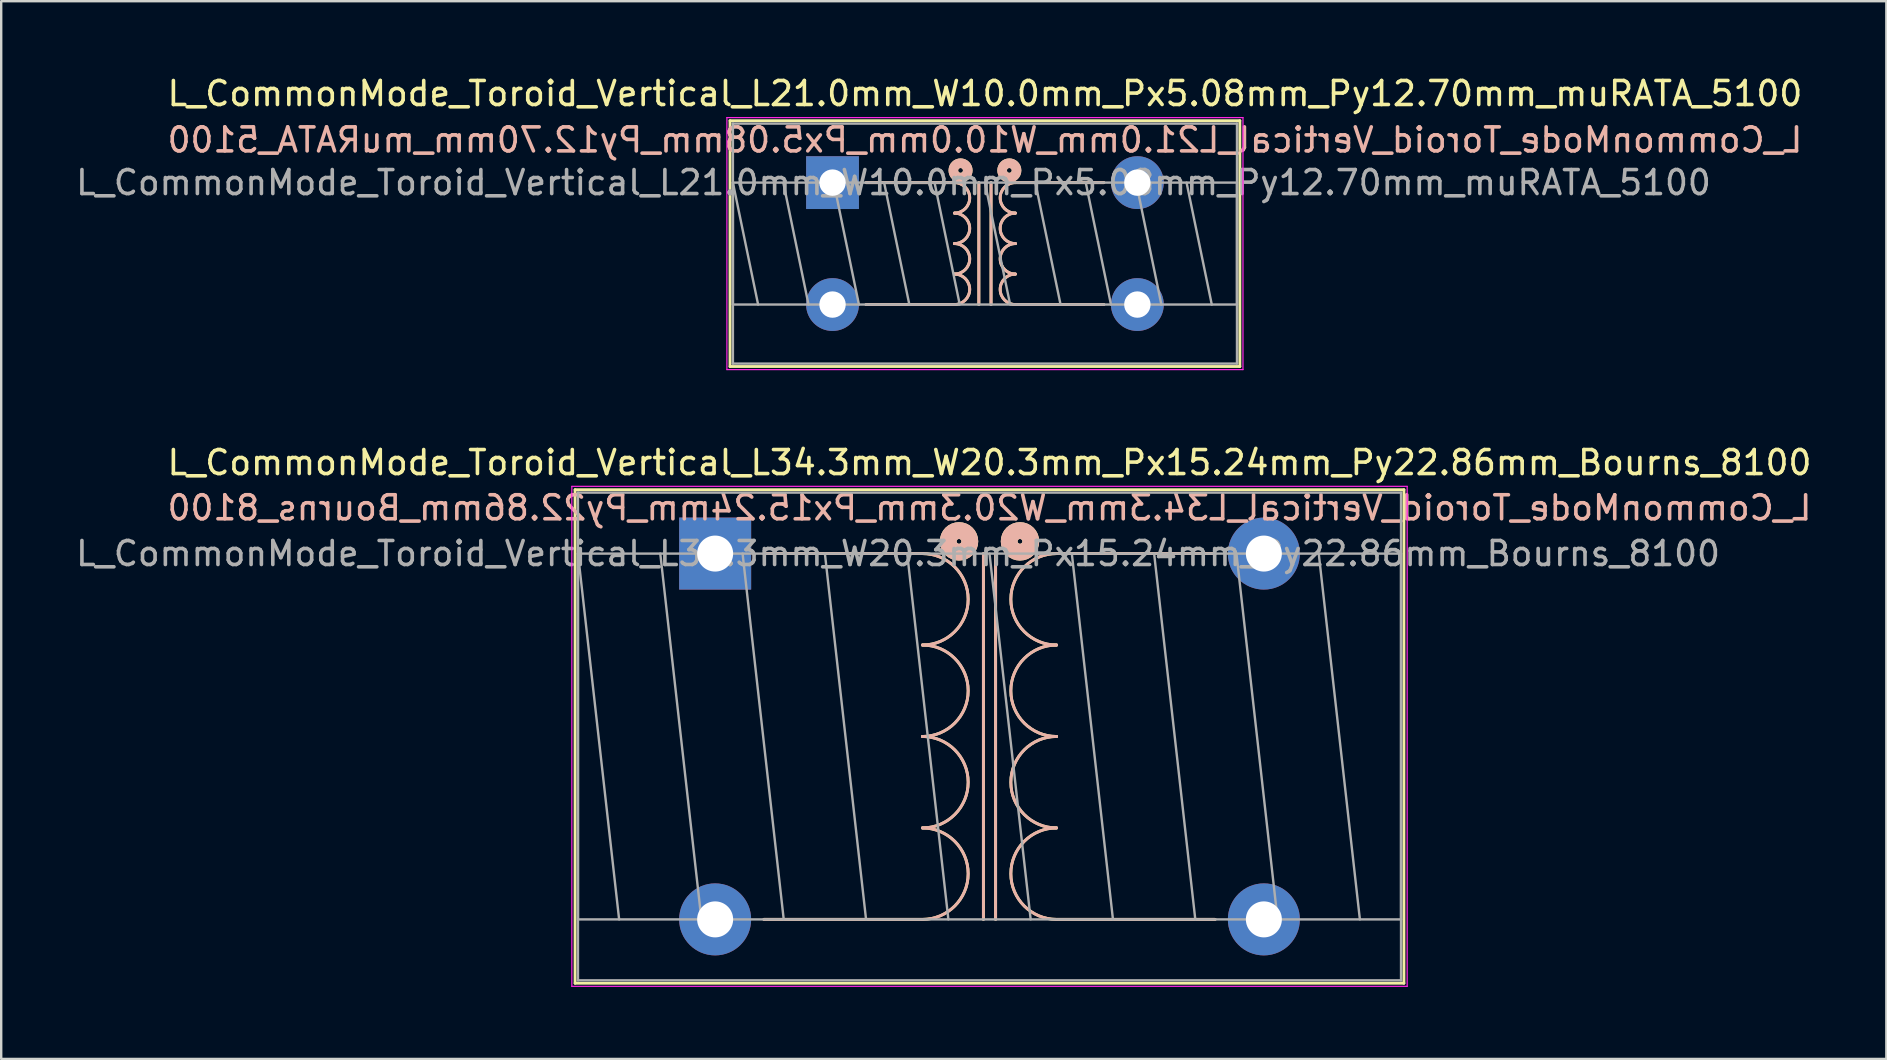
<source format=kicad_pcb>
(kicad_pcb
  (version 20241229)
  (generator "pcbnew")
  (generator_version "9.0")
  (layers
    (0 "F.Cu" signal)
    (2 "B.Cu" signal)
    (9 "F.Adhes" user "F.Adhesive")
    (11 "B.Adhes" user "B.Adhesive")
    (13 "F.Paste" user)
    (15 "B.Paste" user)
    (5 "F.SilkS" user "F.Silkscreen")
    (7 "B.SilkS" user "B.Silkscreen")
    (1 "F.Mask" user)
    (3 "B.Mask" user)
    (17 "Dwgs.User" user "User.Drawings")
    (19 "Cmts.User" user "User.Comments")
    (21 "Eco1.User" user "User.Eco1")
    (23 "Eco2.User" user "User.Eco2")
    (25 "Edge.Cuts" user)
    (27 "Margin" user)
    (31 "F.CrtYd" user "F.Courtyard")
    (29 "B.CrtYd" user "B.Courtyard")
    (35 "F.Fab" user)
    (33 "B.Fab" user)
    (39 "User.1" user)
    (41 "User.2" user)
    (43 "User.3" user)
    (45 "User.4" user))
  (footprint "L_CommonMode_Toroid_Vertical_L21.0mm_W10.0mm_Px5.08mm_Py12.70mm_muRATA_5100"
    (layer "F.Cu")
    (at 31.633 4.558)
    (property "Reference" "L_CommonMode_Toroid_Vertical_L21.0mm_W10.0mm_Px5.08mm_Py12.70mm_muRATA_5100" (at 6.35 -3.71 0) (layer "F.SilkS") (effects (font (size 1 1) (thickness 0.15))))
    (fp_line (start -4.27 -2.58) (end -4.27 7.66) (stroke (width 0.12) (type solid)) (layer "F.SilkS"))
    (fp_line (start -4.27 -2.58) (end 16.97 -2.58) (stroke (width 0.12) (type solid)) (layer "F.SilkS"))
    (fp_line (start -4.27 7.66) (end 16.97 7.66) (stroke (width 0.12) (type solid)) (layer "F.SilkS"))
    (fp_line (start 1.397 5.08) (end 5.08 5.08) (stroke (width 0.12) (type solid)) (layer "F.SilkS"))
    (fp_line (start 5.08 0) (end 1.397 0) (stroke (width 0.12) (type solid)) (layer "F.SilkS"))
    (fp_line (start 6.096 0) (end 6.096 5.08) (stroke (width 0.12) (type solid)) (layer "F.SilkS"))
    (fp_line (start 6.604 5.08) (end 6.604 0) (stroke (width 0.12) (type solid)) (layer "F.SilkS"))
    (fp_line (start 11.303 0) (end 7.62 0) (stroke (width 0.12) (type solid)) (layer "F.SilkS"))
    (fp_line (start 11.303 5.08) (end 7.62 5.08) (stroke (width 0.12) (type solid)) (layer "F.SilkS"))
    (fp_line (start 16.97 -2.58) (end 16.97 7.66) (stroke (width 0.12) (type solid)) (layer "F.SilkS"))
    (fp_arc (start 5.08 0) (mid 5.715 0.635) (end 5.08 1.27) (stroke (width 0.12) (type solid)) (layer "F.SilkS"))
    (fp_arc (start 5.08 1.27) (mid 5.715 1.905) (end 5.08 2.54) (stroke (width 0.12) (type solid)) (layer "F.SilkS"))
    (fp_arc (start 5.08 2.54) (mid 5.715 3.175) (end 5.08 3.81) (stroke (width 0.12) (type solid)) (layer "F.SilkS"))
    (fp_arc (start 5.08 3.81) (mid 5.715 4.445) (end 5.08 5.08) (stroke (width 0.12) (type solid)) (layer "F.SilkS"))
    (fp_arc (start 7.62 1.27) (mid 6.985 0.635) (end 7.62 0) (stroke (width 0.12) (type solid)) (layer "F.SilkS"))
    (fp_arc (start 7.62 2.54) (mid 6.985 1.905) (end 7.62 1.27) (stroke (width 0.12) (type solid)) (layer "F.SilkS"))
    (fp_arc (start 7.62 3.81) (mid 6.985 3.175) (end 7.62 2.54) (stroke (width 0.12) (type solid)) (layer "F.SilkS"))
    (fp_arc (start 7.62 5.08) (mid 6.985 4.445) (end 7.62 3.81) (stroke (width 0.12) (type solid)) (layer "F.SilkS"))
    (fp_circle (center 5.334 -0.508) (end 5.434 -0.508) (stroke (width 0.4) (type solid)) (fill no) (layer "F.SilkS"))
    (fp_circle (center 7.366 -0.508) (end 7.466 -0.508) (stroke (width 0.4) (type solid)) (fill no) (layer "F.SilkS"))
    (fp_line (start 1.397 0) (end 5.08 0) (stroke (width 0.12) (type solid)) (layer "B.SilkS"))
    (fp_line (start 1.397 5.08) (end 5.08 5.08) (stroke (width 0.12) (type solid)) (layer "B.SilkS"))
    (fp_line (start 6.096 5.08) (end 6.096 0) (stroke (width 0.12) (type solid)) (layer "B.SilkS"))
    (fp_line (start 6.604 0) (end 6.604 5.08) (stroke (width 0.12) (type solid)) (layer "B.SilkS"))
    (fp_line (start 7.62 0) (end 11.303 0) (stroke (width 0.12) (type solid)) (layer "B.SilkS"))
    (fp_line (start 11.303 5.08) (end 7.62 5.08) (stroke (width 0.12) (type solid)) (layer "B.SilkS"))
    (fp_arc (start 5.08 0) (mid 5.715 0.635) (end 5.08 1.27) (stroke (width 0.12) (type solid)) (layer "B.SilkS"))
    (fp_arc (start 5.08 1.27) (mid 5.715 1.905) (end 5.08 2.54) (stroke (width 0.12) (type solid)) (layer "B.SilkS"))
    (fp_arc (start 5.08 2.54) (mid 5.715 3.175) (end 5.08 3.81) (stroke (width 0.12) (type solid)) (layer "B.SilkS"))
    (fp_arc (start 5.08 3.81) (mid 5.715 4.445) (end 5.08 5.08) (stroke (width 0.12) (type solid)) (layer "B.SilkS"))
    (fp_arc (start 7.62 1.27) (mid 6.985 0.635) (end 7.62 0) (stroke (width 0.12) (type solid)) (layer "B.SilkS"))
    (fp_arc (start 7.62 2.54) (mid 6.985 1.905) (end 7.62 1.27) (stroke (width 0.12) (type solid)) (layer "B.SilkS"))
    (fp_arc (start 7.62 3.81) (mid 6.985 3.175) (end 7.62 2.54) (stroke (width 0.12) (type solid)) (layer "B.SilkS"))
    (fp_arc (start 7.62 5.08) (mid 6.985 4.445) (end 7.62 3.81) (stroke (width 0.12) (type solid)) (layer "B.SilkS"))
    (fp_circle (center 5.334 -0.508) (end 5.234 -0.508) (stroke (width 0.4) (type solid)) (fill no) (layer "B.SilkS"))
    (fp_circle (center 7.366 -0.508) (end 7.266 -0.508) (stroke (width 0.4) (type solid)) (fill no) (layer "B.SilkS"))
    (fp_line (start -4.4 -2.71) (end -4.4 7.79) (stroke (width 0.05) (type solid)) (layer "F.CrtYd"))
    (fp_line (start -4.4 7.79) (end 17.1 7.79) (stroke (width 0.05) (type solid)) (layer "F.CrtYd"))
    (fp_line (start 17.1 -2.71) (end -4.4 -2.71) (stroke (width 0.05) (type solid)) (layer "F.CrtYd"))
    (fp_line (start 17.1 7.79) (end 17.1 -2.71) (stroke (width 0.05) (type solid)) (layer "F.CrtYd"))
    (fp_line (start -4.15 -2.46) (end -4.15 7.54) (stroke (width 0.1) (type solid)) (layer "F.Fab"))
    (fp_line (start -4.15 0) (end -4.15 5.08) (stroke (width 0.1) (type solid)) (layer "F.Fab"))
    (fp_line (start -4.15 0) (end -3.1 5.08) (stroke (width 0.1) (type solid)) (layer "F.Fab"))
    (fp_line (start -4.15 5.08) (end 16.85 5.08) (stroke (width 0.1) (type solid)) (layer "F.Fab"))
    (fp_line (start -4.15 7.54) (end 16.85 7.54) (stroke (width 0.1) (type solid)) (layer "F.Fab"))
    (fp_line (start -2.05 0) (end -1 5.08) (stroke (width 0.1) (type solid)) (layer "F.Fab"))
    (fp_line (start 0.05 0) (end 1.1 5.08) (stroke (width 0.1) (type solid)) (layer "F.Fab"))
    (fp_line (start 2.15 0) (end 3.2 5.08) (stroke (width 0.1) (type solid)) (layer "F.Fab"))
    (fp_line (start 4.25 0) (end 5.3 5.08) (stroke (width 0.1) (type solid)) (layer "F.Fab"))
    (fp_line (start 6.35 0) (end 7.4 5.08) (stroke (width 0.1) (type solid)) (layer "F.Fab"))
    (fp_line (start 8.45 0) (end 9.5 5.08) (stroke (width 0.1) (type solid)) (layer "F.Fab"))
    (fp_line (start 10.55 0) (end 11.6 5.08) (stroke (width 0.1) (type solid)) (layer "F.Fab"))
    (fp_line (start 12.65 0) (end 13.7 5.08) (stroke (width 0.1) (type solid)) (layer "F.Fab"))
    (fp_line (start 14.75 0) (end 15.8 5.08) (stroke (width 0.1) (type solid)) (layer "F.Fab"))
    (fp_line (start 16.85 -2.46) (end -4.15 -2.46) (stroke (width 0.1) (type solid)) (layer "F.Fab"))
    (fp_line (start 16.85 0) (end -4.15 0) (stroke (width 0.1) (type solid)) (layer "F.Fab"))
    (fp_line (start 16.85 5.08) (end 16.85 0) (stroke (width 0.1) (type solid)) (layer "F.Fab"))
    (fp_line (start 16.85 7.54) (end 16.85 -2.46) (stroke (width 0.1) (type solid)) (layer "F.Fab"))
    (fp_text user "${REFERENCE}" (at 6.35 -1.778 0) (layer "B.SilkS") (effects (font (size 1 1) (thickness 0.15)) (justify mirror)))
    (fp_text user "${REFERENCE}" (at 2.54 0 0) (layer "F.Fab") (effects (font (size 1 1) (thickness 0.15))))
    (pad "1" thru_hole rect (at 0 0) (size 2.2 2.2) (drill 1.1) (layers "*.Cu" "*.Mask"))
    (pad "2" thru_hole circle (at 0 5.08) (size 2.2 2.2) (drill 1.1) (layers "*.Cu" "*.Mask"))
    (pad "3" thru_hole circle (at 12.7 5.08) (size 2.2 2.2) (drill 1.1) (layers "*.Cu" "*.Mask"))
    (pad "4" thru_hole circle (at 12.7 0) (size 2.2 2.2) (drill 1.1) (layers "*.Cu" "*.Mask")))
  (footprint "L_CommonMode_Toroid_Vertical_L34.3mm_W20.3mm_Px15.24mm_Py22.86mm_Bourns_8100"
    (layer "F.Cu")
    (at 26.743 20.012)
    (property "Reference" "L_CommonMode_Toroid_Vertical_L34.3mm_W20.3mm_Px15.24mm_Py22.86mm_Bourns_8100" (at 11.43 -3.79 0) (layer "F.SilkS") (effects (font (size 1 1) (thickness 0.15))))
    (fp_line (start -5.835 -2.66) (end -5.835 17.9) (stroke (width 0.12) (type solid)) (layer "F.SilkS"))
    (fp_line (start -5.835 -2.66) (end 28.695 -2.66) (stroke (width 0.12) (type solid)) (layer "F.SilkS"))
    (fp_line (start -5.835 17.9) (end 28.695 17.9) (stroke (width 0.12) (type solid)) (layer "F.SilkS"))
    (fp_line (start 2.032 0) (end 8.636 0) (stroke (width 0.12) (type solid)) (layer "F.SilkS"))
    (fp_line (start 2.032 15.24) (end 8.636 15.24) (stroke (width 0.12) (type solid)) (layer "F.SilkS"))
    (fp_line (start 11.176 0) (end 11.176 15.24) (stroke (width 0.12) (type solid)) (layer "F.SilkS"))
    (fp_line (start 11.684 15.24) (end 11.684 0) (stroke (width 0.12) (type solid)) (layer "F.SilkS"))
    (fp_line (start 20.828 0) (end 14.224 0) (stroke (width 0.12) (type solid)) (layer "F.SilkS"))
    (fp_line (start 20.828 15.24) (end 14.224 15.24) (stroke (width 0.12) (type solid)) (layer "F.SilkS"))
    (fp_line (start 28.695 -2.66) (end 28.695 17.9) (stroke (width 0.12) (type solid)) (layer "F.SilkS"))
    (fp_arc (start 8.636 0) (mid 10.541 1.905) (end 8.636 3.81) (stroke (width 0.12) (type solid)) (layer "F.SilkS"))
    (fp_arc (start 8.636 3.81) (mid 10.541 5.715) (end 8.636 7.62) (stroke (width 0.12) (type solid)) (layer "F.SilkS"))
    (fp_arc (start 8.636 7.62) (mid 10.541 9.525) (end 8.636 11.43) (stroke (width 0.12) (type solid)) (layer "F.SilkS"))
    (fp_arc (start 8.636 11.43) (mid 10.541 13.335) (end 8.636 15.24) (stroke (width 0.12) (type solid)) (layer "F.SilkS"))
    (fp_arc (start 14.224 3.81) (mid 12.319 1.905) (end 14.224 0) (stroke (width 0.12) (type solid)) (layer "F.SilkS"))
    (fp_arc (start 14.224 7.62) (mid 12.319 5.715) (end 14.224 3.81) (stroke (width 0.12) (type solid)) (layer "F.SilkS"))
    (fp_arc (start 14.224 11.43) (mid 12.319 9.525) (end 14.224 7.62) (stroke (width 0.12) (type solid)) (layer "F.SilkS"))
    (fp_arc (start 14.224 15.24) (mid 12.319 13.335) (end 14.224 11.43) (stroke (width 0.12) (type solid)) (layer "F.SilkS"))
    (fp_circle (center 10.16 -0.508) (end 10.26 -0.508) (stroke (width 0.7) (type solid)) (fill no) (layer "F.SilkS"))
    (fp_circle (center 12.7 -0.508) (end 12.8 -0.508) (stroke (width 0.7) (type solid)) (fill no) (layer "F.SilkS"))
    (fp_line (start 2.032 0) (end 8.636 0) (stroke (width 0.12) (type solid)) (layer "B.SilkS"))
    (fp_line (start 2.032 15.24) (end 8.636 15.24) (stroke (width 0.12) (type solid)) (layer "B.SilkS"))
    (fp_line (start 11.176 15.24) (end 11.176 0) (stroke (width 0.12) (type solid)) (layer "B.SilkS"))
    (fp_line (start 11.684 0) (end 11.684 15.24) (stroke (width 0.12) (type solid)) (layer "B.SilkS"))
    (fp_line (start 20.828 0) (end 14.224 0) (stroke (width 0.12) (type solid)) (layer "B.SilkS"))
    (fp_line (start 20.828 15.24) (end 14.224 15.24) (stroke (width 0.12) (type solid)) (layer "B.SilkS"))
    (fp_arc (start 8.636 0) (mid 10.541 1.905) (end 8.636 3.81) (stroke (width 0.12) (type solid)) (layer "B.SilkS"))
    (fp_arc (start 8.636 3.81) (mid 10.541 5.715) (end 8.636 7.62) (stroke (width 0.12) (type solid)) (layer "B.SilkS"))
    (fp_arc (start 8.636 7.62) (mid 10.541 9.525) (end 8.636 11.43) (stroke (width 0.12) (type solid)) (layer "B.SilkS"))
    (fp_arc (start 8.636 11.43) (mid 10.541 13.335) (end 8.636 15.24) (stroke (width 0.12) (type solid)) (layer "B.SilkS"))
    (fp_arc (start 14.224 3.81) (mid 12.319 1.905) (end 14.224 0) (stroke (width 0.12) (type solid)) (layer "B.SilkS"))
    (fp_arc (start 14.224 7.62) (mid 12.319 5.715) (end 14.224 3.81) (stroke (width 0.12) (type solid)) (layer "B.SilkS"))
    (fp_arc (start 14.224 11.43) (mid 12.319 9.525) (end 14.224 7.62) (stroke (width 0.12) (type solid)) (layer "B.SilkS"))
    (fp_arc (start 14.224 15.24) (mid 12.319 13.335) (end 14.224 11.43) (stroke (width 0.12) (type solid)) (layer "B.SilkS"))
    (fp_circle (center 10.16 -0.508) (end 10.06 -0.508) (stroke (width 0.7) (type solid)) (fill no) (layer "B.SilkS"))
    (fp_circle (center 12.7 -0.508) (end 12.6 -0.508) (stroke (width 0.7) (type solid)) (fill no) (layer "B.SilkS"))
    (fp_line (start -5.97 -2.8) (end -5.97 18.03) (stroke (width 0.05) (type solid)) (layer "F.CrtYd"))
    (fp_line (start -5.97 18.03) (end 28.83 18.03) (stroke (width 0.05) (type solid)) (layer "F.CrtYd"))
    (fp_line (start 28.83 -2.8) (end -5.97 -2.8) (stroke (width 0.05) (type solid)) (layer "F.CrtYd"))
    (fp_line (start 28.83 18.03) (end 28.83 -2.8) (stroke (width 0.05) (type solid)) (layer "F.CrtYd"))
    (fp_line (start -5.715 -2.54) (end -5.715 17.78) (stroke (width 0.1) (type solid)) (layer "F.Fab"))
    (fp_line (start -5.715 0) (end -5.715 15.24) (stroke (width 0.1) (type solid)) (layer "F.Fab"))
    (fp_line (start -5.715 0) (end -4 15.24) (stroke (width 0.1) (type solid)) (layer "F.Fab"))
    (fp_line (start -5.715 15.24) (end 28.575 15.24) (stroke (width 0.1) (type solid)) (layer "F.Fab"))
    (fp_line (start -5.715 17.78) (end 28.575 17.78) (stroke (width 0.1) (type solid)) (layer "F.Fab"))
    (fp_line (start -2.286 0) (end -0.572 15.24) (stroke (width 0.1) (type solid)) (layer "F.Fab"))
    (fp_line (start 1.143 0) (end 2.857 15.24) (stroke (width 0.1) (type solid)) (layer "F.Fab"))
    (fp_line (start 4.572 0) (end 6.287 15.24) (stroke (width 0.1) (type solid)) (layer "F.Fab"))
    (fp_line (start 8.001 0) (end 9.716 15.24) (stroke (width 0.1) (type solid)) (layer "F.Fab"))
    (fp_line (start 11.43 0) (end 13.145 15.24) (stroke (width 0.1) (type solid)) (layer "F.Fab"))
    (fp_line (start 14.859 0) (end 16.573 15.24) (stroke (width 0.1) (type solid)) (layer "F.Fab"))
    (fp_line (start 18.288 0) (end 20.003 15.24) (stroke (width 0.1) (type solid)) (layer "F.Fab"))
    (fp_line (start 21.717 0) (end 23.431 15.24) (stroke (width 0.1) (type solid)) (layer "F.Fab"))
    (fp_line (start 25.146 0) (end 26.86 15.24) (stroke (width 0.1) (type solid)) (layer "F.Fab"))
    (fp_line (start 28.575 -2.54) (end -5.715 -2.54) (stroke (width 0.1) (type solid)) (layer "F.Fab"))
    (fp_line (start 28.575 0) (end -5.715 0) (stroke (width 0.1) (type solid)) (layer "F.Fab"))
    (fp_line (start 28.575 15.24) (end 28.575 0) (stroke (width 0.1) (type solid)) (layer "F.Fab"))
    (fp_line (start 28.575 17.78) (end 28.575 -2.54) (stroke (width 0.1) (type solid)) (layer "F.Fab"))
    (fp_text user "${REFERENCE}" (at 11.43 -1.905 0) (layer "B.SilkS") (effects (font (size 1 1) (thickness 0.15)) (justify mirror)))
    (fp_text user "${REFERENCE}" (at 7.62 0 0) (layer "F.Fab") (effects (font (size 1 1) (thickness 0.15))))
    (pad "1" thru_hole rect (at 0 0) (size 3 3) (drill 1.5) (layers "*.Cu" "*.Mask"))
    (pad "2" thru_hole circle (at 0 15.24) (size 3 3) (drill 1.5) (layers "*.Cu" "*.Mask"))
    (pad "3" thru_hole circle (at 22.86 15.24) (size 3 3) (drill 1.5) (layers "*.Cu" "*.Mask"))
    (pad "4" thru_hole circle (at 22.86 0) (size 3 3) (drill 1.5) (layers "*.Cu" "*.Mask")))
  (gr_rect
    (start -3 -3)
    (end 75.536 41.066)
    (stroke (width 0.1) (type default))
    (fill no)
    (layer "Edge.Cuts")))
</source>
